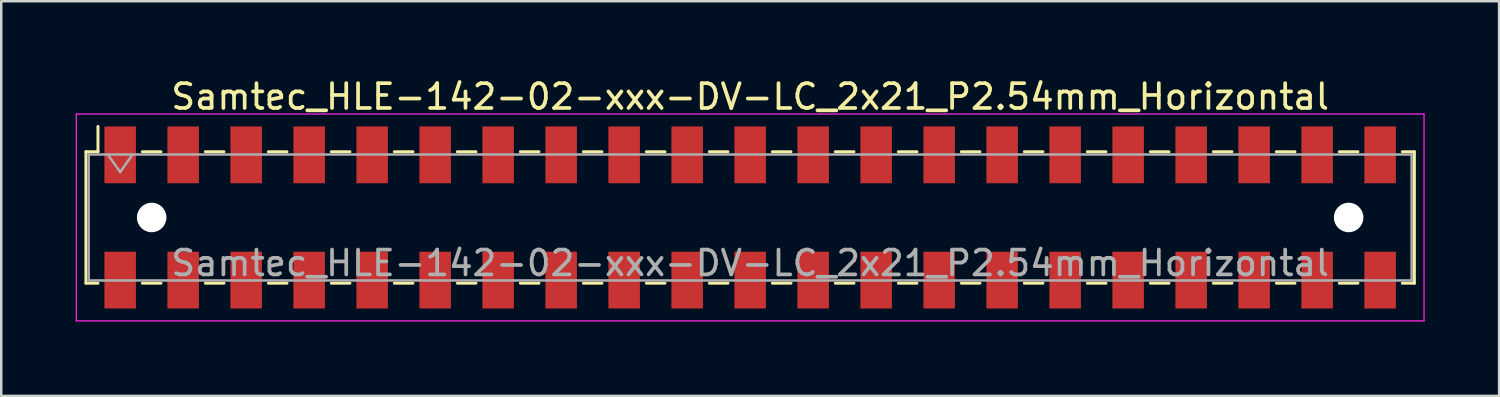
<source format=kicad_pcb>
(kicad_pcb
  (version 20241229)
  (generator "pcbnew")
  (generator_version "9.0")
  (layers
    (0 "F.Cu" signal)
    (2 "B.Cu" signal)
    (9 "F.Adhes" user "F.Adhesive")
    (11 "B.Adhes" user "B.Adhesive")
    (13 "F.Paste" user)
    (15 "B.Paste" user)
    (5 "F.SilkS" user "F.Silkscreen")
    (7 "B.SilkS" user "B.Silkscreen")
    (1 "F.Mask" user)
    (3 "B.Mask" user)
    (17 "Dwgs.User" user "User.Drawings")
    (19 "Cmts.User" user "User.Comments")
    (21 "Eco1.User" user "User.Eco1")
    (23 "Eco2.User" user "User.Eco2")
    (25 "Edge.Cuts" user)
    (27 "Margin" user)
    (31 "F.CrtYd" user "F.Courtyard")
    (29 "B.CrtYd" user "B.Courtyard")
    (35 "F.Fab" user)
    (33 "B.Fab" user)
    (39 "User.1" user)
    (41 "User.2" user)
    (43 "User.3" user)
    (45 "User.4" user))
  (footprint "Samtec_HLE-142-02-xxx-DV-LC_2x21_P2.54mm_Horizontal"
    (layer "F.Cu")
    (at 27.195 5.718)
    (property "Reference" "Samtec_HLE-142-02-xxx-DV-LC_2x21_P2.54mm_Horizontal" (at 0 -4.87 0) (layer "F.SilkS") (effects (font (size 1 1) (thickness 0.15))))
    (attr smd)
    (fp_line (start -26.78 -2.65) (end -26.78 2.65) (stroke (width 0.12) (type solid)) (layer "F.SilkS"))
    (fp_line (start -26.78 2.65) (end -26.295 2.65) (stroke (width 0.12) (type solid)) (layer "F.SilkS"))
    (fp_line (start -26.295 -3.67) (end -26.295 -2.65) (stroke (width 0.12) (type solid)) (layer "F.SilkS"))
    (fp_line (start -26.295 -2.65) (end -26.78 -2.65) (stroke (width 0.12) (type solid)) (layer "F.SilkS"))
    (fp_line (start -24.505 -2.65) (end -23.755 -2.65) (stroke (width 0.12) (type solid)) (layer "F.SilkS"))
    (fp_line (start -24.505 2.65) (end -23.755 2.65) (stroke (width 0.12) (type solid)) (layer "F.SilkS"))
    (fp_line (start -21.965 -2.65) (end -21.215 -2.65) (stroke (width 0.12) (type solid)) (layer "F.SilkS"))
    (fp_line (start -21.965 2.65) (end -21.215 2.65) (stroke (width 0.12) (type solid)) (layer "F.SilkS"))
    (fp_line (start -19.425 -2.65) (end -18.675 -2.65) (stroke (width 0.12) (type solid)) (layer "F.SilkS"))
    (fp_line (start -19.425 2.65) (end -18.675 2.65) (stroke (width 0.12) (type solid)) (layer "F.SilkS"))
    (fp_line (start -16.885 -2.65) (end -16.135 -2.65) (stroke (width 0.12) (type solid)) (layer "F.SilkS"))
    (fp_line (start -16.885 2.65) (end -16.135 2.65) (stroke (width 0.12) (type solid)) (layer "F.SilkS"))
    (fp_line (start -14.345 -2.65) (end -13.595 -2.65) (stroke (width 0.12) (type solid)) (layer "F.SilkS"))
    (fp_line (start -14.345 2.65) (end -13.595 2.65) (stroke (width 0.12) (type solid)) (layer "F.SilkS"))
    (fp_line (start -11.805 -2.65) (end -11.055 -2.65) (stroke (width 0.12) (type solid)) (layer "F.SilkS"))
    (fp_line (start -11.805 2.65) (end -11.055 2.65) (stroke (width 0.12) (type solid)) (layer "F.SilkS"))
    (fp_line (start -9.265 -2.65) (end -8.515 -2.65) (stroke (width 0.12) (type solid)) (layer "F.SilkS"))
    (fp_line (start -9.265 2.65) (end -8.515 2.65) (stroke (width 0.12) (type solid)) (layer "F.SilkS"))
    (fp_line (start -6.725 -2.65) (end -5.975 -2.65) (stroke (width 0.12) (type solid)) (layer "F.SilkS"))
    (fp_line (start -6.725 2.65) (end -5.975 2.65) (stroke (width 0.12) (type solid)) (layer "F.SilkS"))
    (fp_line (start -4.185 -2.65) (end -3.435 -2.65) (stroke (width 0.12) (type solid)) (layer "F.SilkS"))
    (fp_line (start -4.185 2.65) (end -3.435 2.65) (stroke (width 0.12) (type solid)) (layer "F.SilkS"))
    (fp_line (start -1.645 -2.65) (end -0.895 -2.65) (stroke (width 0.12) (type solid)) (layer "F.SilkS"))
    (fp_line (start -1.645 2.65) (end -0.895 2.65) (stroke (width 0.12) (type solid)) (layer "F.SilkS"))
    (fp_line (start 0.895 -2.65) (end 1.645 -2.65) (stroke (width 0.12) (type solid)) (layer "F.SilkS"))
    (fp_line (start 0.895 2.65) (end 1.645 2.65) (stroke (width 0.12) (type solid)) (layer "F.SilkS"))
    (fp_line (start 3.435 -2.65) (end 4.185 -2.65) (stroke (width 0.12) (type solid)) (layer "F.SilkS"))
    (fp_line (start 3.435 2.65) (end 4.185 2.65) (stroke (width 0.12) (type solid)) (layer "F.SilkS"))
    (fp_line (start 5.975 -2.65) (end 6.725 -2.65) (stroke (width 0.12) (type solid)) (layer "F.SilkS"))
    (fp_line (start 5.975 2.65) (end 6.725 2.65) (stroke (width 0.12) (type solid)) (layer "F.SilkS"))
    (fp_line (start 8.515 -2.65) (end 9.265 -2.65) (stroke (width 0.12) (type solid)) (layer "F.SilkS"))
    (fp_line (start 8.515 2.65) (end 9.265 2.65) (stroke (width 0.12) (type solid)) (layer "F.SilkS"))
    (fp_line (start 11.055 -2.65) (end 11.805 -2.65) (stroke (width 0.12) (type solid)) (layer "F.SilkS"))
    (fp_line (start 11.055 2.65) (end 11.805 2.65) (stroke (width 0.12) (type solid)) (layer "F.SilkS"))
    (fp_line (start 13.595 -2.65) (end 14.345 -2.65) (stroke (width 0.12) (type solid)) (layer "F.SilkS"))
    (fp_line (start 13.595 2.65) (end 14.345 2.65) (stroke (width 0.12) (type solid)) (layer "F.SilkS"))
    (fp_line (start 16.135 -2.65) (end 16.885 -2.65) (stroke (width 0.12) (type solid)) (layer "F.SilkS"))
    (fp_line (start 16.135 2.65) (end 16.885 2.65) (stroke (width 0.12) (type solid)) (layer "F.SilkS"))
    (fp_line (start 18.675 -2.65) (end 19.425 -2.65) (stroke (width 0.12) (type solid)) (layer "F.SilkS"))
    (fp_line (start 18.675 2.65) (end 19.425 2.65) (stroke (width 0.12) (type solid)) (layer "F.SilkS"))
    (fp_line (start 21.215 -2.65) (end 21.965 -2.65) (stroke (width 0.12) (type solid)) (layer "F.SilkS"))
    (fp_line (start 21.215 2.65) (end 21.965 2.65) (stroke (width 0.12) (type solid)) (layer "F.SilkS"))
    (fp_line (start 23.755 -2.65) (end 24.505 -2.65) (stroke (width 0.12) (type solid)) (layer "F.SilkS"))
    (fp_line (start 23.755 2.65) (end 24.505 2.65) (stroke (width 0.12) (type solid)) (layer "F.SilkS"))
    (fp_line (start 26.295 -2.65) (end 26.78 -2.65) (stroke (width 0.12) (type solid)) (layer "F.SilkS"))
    (fp_line (start 26.78 -2.65) (end 26.78 2.65) (stroke (width 0.12) (type solid)) (layer "F.SilkS"))
    (fp_line (start 26.78 2.65) (end 26.295 2.65) (stroke (width 0.12) (type solid)) (layer "F.SilkS"))
    (fp_line (start -27.17 -4.17) (end 27.17 -4.17) (stroke (width 0.05) (type solid)) (layer "F.CrtYd"))
    (fp_line (start -27.17 4.17) (end -27.17 -4.17) (stroke (width 0.05) (type solid)) (layer "F.CrtYd"))
    (fp_line (start 27.17 -4.17) (end 27.17 4.17) (stroke (width 0.05) (type solid)) (layer "F.CrtYd"))
    (fp_line (start 27.17 4.17) (end -27.17 4.17) (stroke (width 0.05) (type solid)) (layer "F.CrtYd"))
    (fp_line (start -26.67 -2.54) (end 26.67 -2.54) (stroke (width 0.1) (type solid)) (layer "F.Fab"))
    (fp_line (start -26.67 2.54) (end -26.67 -2.54) (stroke (width 0.1) (type solid)) (layer "F.Fab"))
    (fp_line (start -25.9 -2.54) (end -25.4 -1.833) (stroke (width 0.1) (type solid)) (layer "F.Fab"))
    (fp_line (start -25.4 -1.833) (end -24.9 -2.54) (stroke (width 0.1) (type solid)) (layer "F.Fab"))
    (fp_line (start 26.67 -2.54) (end 26.67 2.54) (stroke (width 0.1) (type solid)) (layer "F.Fab"))
    (fp_line (start 26.67 2.54) (end -26.67 2.54) (stroke (width 0.1) (type solid)) (layer "F.Fab"))
    (fp_text user "${REFERENCE}" (at 0 1.84 0) (layer "F.Fab") (effects (font (size 1 1) (thickness 0.15))))
    (pad "" np_thru_hole circle (at -24.13 0) (size 1.19 1.19) (drill 1.19) (layers "*.Cu" "*.Mask"))
    (pad "" np_thru_hole circle (at 24.13 0) (size 1.19 1.19) (drill 1.19) (layers "*.Cu" "*.Mask"))
    (pad "1" smd rect (at -25.4 -2.525) (size 1.27 2.29) (layers "F.Cu" "F.Mask" "F.Paste"))
    (pad "2" smd rect (at -25.4 2.525) (size 1.27 2.29) (layers "F.Cu" "F.Mask" "F.Paste"))
    (pad "3" smd rect (at -22.86 -2.525) (size 1.27 2.29) (layers "F.Cu" "F.Mask" "F.Paste"))
    (pad "4" smd rect (at -22.86 2.525) (size 1.27 2.29) (layers "F.Cu" "F.Mask" "F.Paste"))
    (pad "5" smd rect (at -20.32 -2.525) (size 1.27 2.29) (layers "F.Cu" "F.Mask" "F.Paste"))
    (pad "6" smd rect (at -20.32 2.525) (size 1.27 2.29) (layers "F.Cu" "F.Mask" "F.Paste"))
    (pad "7" smd rect (at -17.78 -2.525) (size 1.27 2.29) (layers "F.Cu" "F.Mask" "F.Paste"))
    (pad "8" smd rect (at -17.78 2.525) (size 1.27 2.29) (layers "F.Cu" "F.Mask" "F.Paste"))
    (pad "9" smd rect (at -15.24 -2.525) (size 1.27 2.29) (layers "F.Cu" "F.Mask" "F.Paste"))
    (pad "10" smd rect (at -15.24 2.525) (size 1.27 2.29) (layers "F.Cu" "F.Mask" "F.Paste"))
    (pad "11" smd rect (at -12.7 -2.525) (size 1.27 2.29) (layers "F.Cu" "F.Mask" "F.Paste"))
    (pad "12" smd rect (at -12.7 2.525) (size 1.27 2.29) (layers "F.Cu" "F.Mask" "F.Paste"))
    (pad "13" smd rect (at -10.16 -2.525) (size 1.27 2.29) (layers "F.Cu" "F.Mask" "F.Paste"))
    (pad "14" smd rect (at -10.16 2.525) (size 1.27 2.29) (layers "F.Cu" "F.Mask" "F.Paste"))
    (pad "15" smd rect (at -7.62 -2.525) (size 1.27 2.29) (layers "F.Cu" "F.Mask" "F.Paste"))
    (pad "16" smd rect (at -7.62 2.525) (size 1.27 2.29) (layers "F.Cu" "F.Mask" "F.Paste"))
    (pad "17" smd rect (at -5.08 -2.525) (size 1.27 2.29) (layers "F.Cu" "F.Mask" "F.Paste"))
    (pad "18" smd rect (at -5.08 2.525) (size 1.27 2.29) (layers "F.Cu" "F.Mask" "F.Paste"))
    (pad "19" smd rect (at -2.54 -2.525) (size 1.27 2.29) (layers "F.Cu" "F.Mask" "F.Paste"))
    (pad "20" smd rect (at -2.54 2.525) (size 1.27 2.29) (layers "F.Cu" "F.Mask" "F.Paste"))
    (pad "21" smd rect (at 0 -2.525) (size 1.27 2.29) (layers "F.Cu" "F.Mask" "F.Paste"))
    (pad "22" smd rect (at 0 2.525) (size 1.27 2.29) (layers "F.Cu" "F.Mask" "F.Paste"))
    (pad "23" smd rect (at 2.54 -2.525) (size 1.27 2.29) (layers "F.Cu" "F.Mask" "F.Paste"))
    (pad "24" smd rect (at 2.54 2.525) (size 1.27 2.29) (layers "F.Cu" "F.Mask" "F.Paste"))
    (pad "25" smd rect (at 5.08 -2.525) (size 1.27 2.29) (layers "F.Cu" "F.Mask" "F.Paste"))
    (pad "26" smd rect (at 5.08 2.525) (size 1.27 2.29) (layers "F.Cu" "F.Mask" "F.Paste"))
    (pad "27" smd rect (at 7.62 -2.525) (size 1.27 2.29) (layers "F.Cu" "F.Mask" "F.Paste"))
    (pad "28" smd rect (at 7.62 2.525) (size 1.27 2.29) (layers "F.Cu" "F.Mask" "F.Paste"))
    (pad "29" smd rect (at 10.16 -2.525) (size 1.27 2.29) (layers "F.Cu" "F.Mask" "F.Paste"))
    (pad "30" smd rect (at 10.16 2.525) (size 1.27 2.29) (layers "F.Cu" "F.Mask" "F.Paste"))
    (pad "31" smd rect (at 12.7 -2.525) (size 1.27 2.29) (layers "F.Cu" "F.Mask" "F.Paste"))
    (pad "32" smd rect (at 12.7 2.525) (size 1.27 2.29) (layers "F.Cu" "F.Mask" "F.Paste"))
    (pad "33" smd rect (at 15.24 -2.525) (size 1.27 2.29) (layers "F.Cu" "F.Mask" "F.Paste"))
    (pad "34" smd rect (at 15.24 2.525) (size 1.27 2.29) (layers "F.Cu" "F.Mask" "F.Paste"))
    (pad "35" smd rect (at 17.78 -2.525) (size 1.27 2.29) (layers "F.Cu" "F.Mask" "F.Paste"))
    (pad "36" smd rect (at 17.78 2.525) (size 1.27 2.29) (layers "F.Cu" "F.Mask" "F.Paste"))
    (pad "37" smd rect (at 20.32 -2.525) (size 1.27 2.29) (layers "F.Cu" "F.Mask" "F.Paste"))
    (pad "38" smd rect (at 20.32 2.525) (size 1.27 2.29) (layers "F.Cu" "F.Mask" "F.Paste"))
    (pad "39" smd rect (at 22.86 -2.525) (size 1.27 2.29) (layers "F.Cu" "F.Mask" "F.Paste"))
    (pad "40" smd rect (at 22.86 2.525) (size 1.27 2.29) (layers "F.Cu" "F.Mask" "F.Paste"))
    (pad "41" smd rect (at 25.4 -2.525) (size 1.27 2.29) (layers "F.Cu" "F.Mask" "F.Paste"))
    (pad "42" smd rect (at 25.4 2.525) (size 1.27 2.29) (layers "F.Cu" "F.Mask" "F.Paste")))
  (gr_rect
    (start -3 -3)
    (end 57.39 12.913)
    (stroke (width 0.1) (type default))
    (fill no)
    (layer "Edge.Cuts")))
</source>
